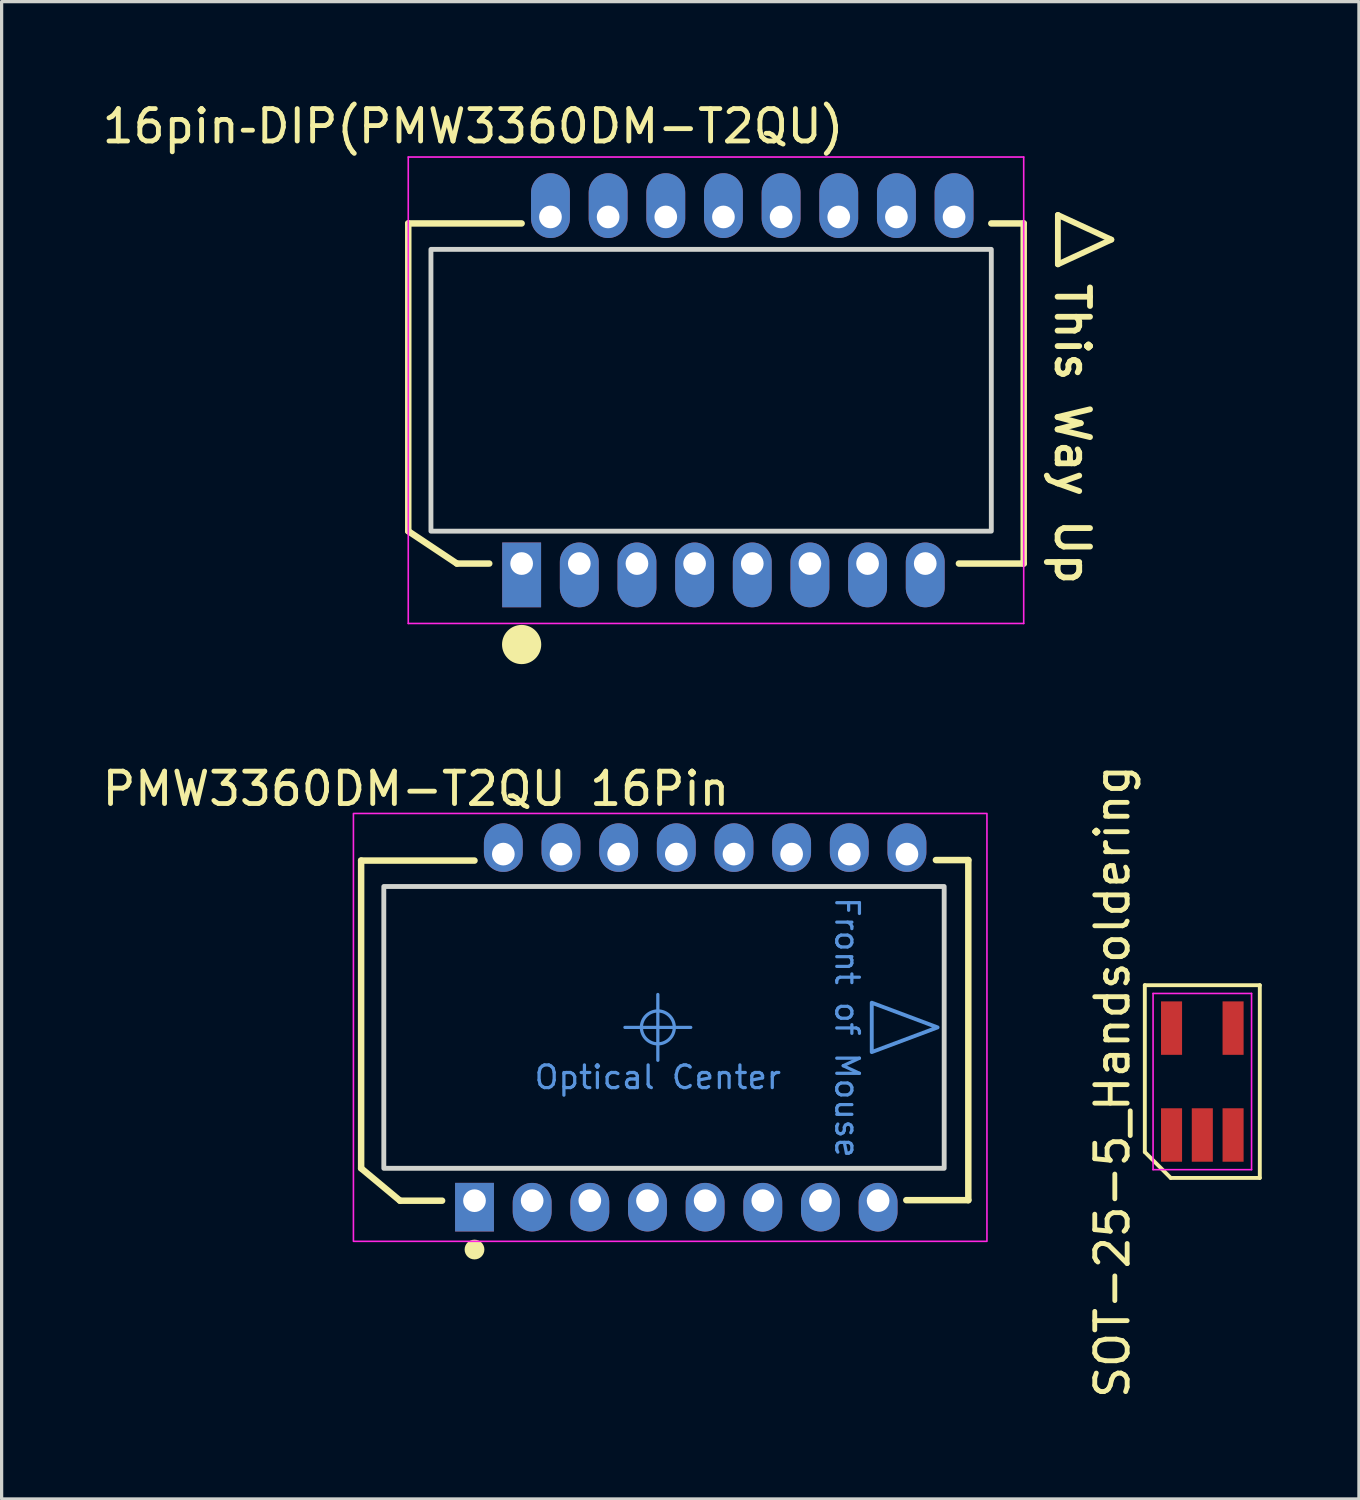
<source format=kicad_pcb>
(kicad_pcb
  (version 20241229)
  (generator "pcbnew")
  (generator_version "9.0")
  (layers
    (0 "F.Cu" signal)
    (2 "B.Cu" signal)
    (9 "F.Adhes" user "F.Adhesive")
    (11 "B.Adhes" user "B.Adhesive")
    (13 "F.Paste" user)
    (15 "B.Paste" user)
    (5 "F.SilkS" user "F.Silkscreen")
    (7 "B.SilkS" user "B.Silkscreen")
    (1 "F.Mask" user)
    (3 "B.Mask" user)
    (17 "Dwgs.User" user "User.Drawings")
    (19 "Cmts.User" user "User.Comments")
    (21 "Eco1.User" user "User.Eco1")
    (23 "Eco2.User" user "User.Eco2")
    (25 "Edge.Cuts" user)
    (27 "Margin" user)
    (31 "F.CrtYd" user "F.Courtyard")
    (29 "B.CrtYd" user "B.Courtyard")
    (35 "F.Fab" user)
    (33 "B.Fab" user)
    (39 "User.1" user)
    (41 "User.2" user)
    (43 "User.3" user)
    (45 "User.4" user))
  (footprint "16pin‐DIP(PMW3360DM-T2QU)"
    (layer "F.Cu")
    (at 13.054 14.348)
    (property "Reference" "16pin‐DIP(PMW3360DM-T2QU)" (at -1.5 -13.5 0) (layer "F.SilkS") (effects (font (size 1 1) (thickness 0.15))))
    (fp_line (start -3.5 -10.5) (end 0 -10.5) (stroke (width 0.2) (type solid)) (layer "F.SilkS"))
    (fp_line (start -3.5 -1) (end -3.5 -10.5) (stroke (width 0.2) (type solid)) (layer "F.SilkS"))
    (fp_line (start -2 0) (end -3.5 -1) (stroke (width 0.2) (type solid)) (layer "F.SilkS"))
    (fp_line (start -1 0) (end -2 0) (stroke (width 0.2) (type solid)) (layer "F.SilkS"))
    (fp_line (start 15.5 -10.5) (end 14.5 -10.5) (stroke (width 0.2) (type solid)) (layer "F.SilkS"))
    (fp_line (start 15.5 -10.5) (end 15.5 0) (stroke (width 0.2) (type solid)) (layer "F.SilkS"))
    (fp_line (start 15.5 0) (end 13.5 0) (stroke (width 0.2) (type solid)) (layer "F.SilkS"))
    (fp_line (start 16.555 -10.762) (end 18.206 -10) (stroke (width 0.18) (type solid)) (layer "F.SilkS"))
    (fp_line (start 16.555 -9.238) (end 16.555 -10.762) (stroke (width 0.18) (type solid)) (layer "F.SilkS"))
    (fp_line (start 18.206 -10) (end 16.555 -9.238) (stroke (width 0.18) (type solid)) (layer "F.SilkS"))
    (fp_circle (center 0 2.5) (end 0.3 2.5) (stroke (width 0.61) (type solid)) (fill yes) (layer "F.SilkS"))
    (fp_rect (start -2.8 -1) (end 14.5 -9.7) (stroke (width 0.15) (type solid)) (fill no) (layer "Edge.Cuts"))
    (fp_line (start -3.5 -12.55) (end 15.5 -12.55) (stroke (width 0.05) (type solid)) (layer "F.CrtYd"))
    (fp_line (start -3.5 1.85) (end -3.5 -12.55) (stroke (width 0.05) (type solid)) (layer "F.CrtYd"))
    (fp_line (start 15.5 -12.55) (end 15.5 1.85) (stroke (width 0.05) (type solid)) (layer "F.CrtYd"))
    (fp_line (start 15.5 1.85) (end -3.5 1.85) (stroke (width 0.05) (type solid)) (layer "F.CrtYd"))
    (fp_text user "This Way Up" (at 17 -4 270) (unlocked yes) (layer "F.SilkS") (effects (font (size 1 1) (thickness 0.18))))
    (pad "1" thru_hole rect (at 0 0) (size 1.2 2) (drill 0.7 (offset 0 0.35)) (layers "*.Cu" "*.Mask"))
    (pad "2" thru_hole oval (at 1.78 0) (size 1.2 2) (drill 0.7 (offset 0 0.35)) (layers "*.Cu" "*.Mask"))
    (pad "3" thru_hole oval (at 3.56 0) (size 1.2 2) (drill 0.7 (offset 0 0.35)) (layers "*.Cu" "*.Mask"))
    (pad "4" thru_hole oval (at 5.34 0) (size 1.2 2) (drill 0.7 (offset 0 0.35)) (layers "*.Cu" "*.Mask"))
    (pad "5" thru_hole oval (at 7.12 0) (size 1.2 2) (drill 0.7 (offset 0 0.35)) (layers "*.Cu" "*.Mask"))
    (pad "6" thru_hole oval (at 8.9 0) (size 1.2 2) (drill 0.7 (offset 0 0.35)) (layers "*.Cu" "*.Mask"))
    (pad "7" thru_hole oval (at 10.68 0) (size 1.2 2) (drill 0.7 (offset 0 0.35)) (layers "*.Cu" "*.Mask"))
    (pad "8" thru_hole oval (at 12.46 0) (size 1.2 2) (drill 0.7 (offset 0 0.35)) (layers "*.Cu" "*.Mask"))
    (pad "9" thru_hole oval (at 13.35 -10.7) (size 1.2 2) (drill 0.7 (offset 0 -0.35)) (layers "*.Cu" "*.Mask"))
    (pad "10" thru_hole oval (at 11.57 -10.7) (size 1.2 2) (drill 0.7 (offset 0 -0.35)) (layers "*.Cu" "*.Mask"))
    (pad "11" thru_hole oval (at 9.79 -10.7) (size 1.2 2) (drill 0.7 (offset 0 -0.35)) (layers "*.Cu" "*.Mask"))
    (pad "12" thru_hole oval (at 8.01 -10.7) (size 1.2 2) (drill 0.7 (offset 0 -0.35)) (layers "*.Cu" "*.Mask"))
    (pad "13" thru_hole oval (at 6.23 -10.7) (size 1.2 2) (drill 0.7 (offset 0 -0.35)) (layers "*.Cu" "*.Mask"))
    (pad "14" thru_hole oval (at 4.45 -10.7) (size 1.2 2) (drill 0.7 (offset 0 -0.35)) (layers "*.Cu" "*.Mask"))
    (pad "15" thru_hole oval (at 2.67 -10.7) (size 1.2 2) (drill 0.7 (offset 0 -0.35)) (layers "*.Cu" "*.Mask"))
    (pad "16" thru_hole oval (at 0.89 -10.7) (size 1.2 2) (drill 0.7 (offset 0 -0.35)) (layers "*.Cu" "*.Mask")))
  (footprint "PMW3360DM-T2QU 16Pin"
    (layer "F.Cu")
    (at 17.767 28.668)
    (property "Reference" "PMW3360DM-T2QU 16Pin" (at -7.976 -7.366 0) (layer "F.SilkS") (effects (font (size 1 1) (thickness 0.15))))
    (attr through_hole)
    (fp_line (start -9.668 -5.15) (end -6.168 -5.15) (stroke (width 0.2) (type solid)) (layer "F.SilkS"))
    (fp_line (start -9.668 4.35) (end -9.668 -5.15) (stroke (width 0.2) (type solid)) (layer "F.SilkS"))
    (fp_line (start -8.468 5.35) (end -9.668 4.35) (stroke (width 0.2) (type solid)) (layer "F.SilkS"))
    (fp_line (start -7.168 5.35) (end -8.468 5.35) (stroke (width 0.2) (type solid)) (layer "F.SilkS"))
    (fp_line (start 9.077 -5.166) (end 8.077 -5.166) (stroke (width 0.2) (type solid)) (layer "F.SilkS"))
    (fp_line (start 9.077 -5.166) (end 9.077 5.334) (stroke (width 0.2) (type solid)) (layer "F.SilkS"))
    (fp_line (start 9.077 5.334) (end 7.163 5.334) (stroke (width 0.2) (type solid)) (layer "F.SilkS"))
    (fp_circle (center -6.168 6.858) (end -6.168 6.858) (stroke (width 0.61) (type solid)) (fill yes) (layer "F.SilkS"))
    (fp_line (start -1.524 0) (end 0.508 0) (stroke (width 0.1) (type solid)) (layer "Cmts.User"))
    (fp_line (start -0.508 -1.016) (end -0.508 1.016) (stroke (width 0.1) (type solid)) (layer "Cmts.User"))
    (fp_circle (center -0.508 0) (end 0 0) (stroke (width 0.1) (type solid)) (fill no) (layer "Cmts.User"))
    (fp_poly (pts (xy 8.128 0) (xy 6.096 0.762) (xy 6.096 -0.762)) (stroke (width 0.12) (type solid)) (fill no) (layer "Cmts.User"))
    (fp_rect (start -8.968 4.35) (end 8.332 -4.35) (stroke (width 0.15) (type solid)) (fill no) (layer "Edge.Cuts"))
    (fp_rect (start -9.906 -6.604) (end 9.652 6.604) (stroke (width 0.05) (type solid)) (fill no) (layer "F.CrtYd"))
    (fp_text user "Front of Mouse" (at 5.334 0 270) (unlocked yes) (layer "Cmts.User") (effects (font (size 0.7 0.7) (thickness 0.1))))
    (fp_text user "Optical Center" (at -0.508 1.54 0) (unlocked yes) (layer "Cmts.User") (effects (font (size 0.7 0.7) (thickness 0.1))))
    (pad "1" thru_hole rect (at -6.168 5.35) (size 1.2 1.5) (drill 0.7 (offset 0 0.2)) (layers "*.Cu" "*.Mask"))
    (pad "2" thru_hole oval (at -4.388 5.35) (size 1.2 1.5) (drill 0.7 (offset 0 0.2)) (layers "*.Cu" "*.Mask"))
    (pad "3" thru_hole oval (at -2.608 5.35) (size 1.2 1.5) (drill 0.7 (offset 0 0.2)) (layers "*.Cu" "*.Mask"))
    (pad "4" thru_hole oval (at -0.828 5.35) (size 1.2 1.5) (drill 0.7 (offset 0 0.2)) (layers "*.Cu" "*.Mask"))
    (pad "5" thru_hole oval (at 0.952 5.35) (size 1.2 1.5) (drill 0.7 (offset 0 0.2)) (layers "*.Cu" "*.Mask"))
    (pad "6" thru_hole oval (at 2.732 5.35) (size 1.2 1.5) (drill 0.7 (offset 0 0.2)) (layers "*.Cu" "*.Mask"))
    (pad "7" thru_hole oval (at 4.512 5.35) (size 1.2 1.5) (drill 0.7 (offset 0 0.2)) (layers "*.Cu" "*.Mask"))
    (pad "8" thru_hole oval (at 6.292 5.35) (size 1.2 1.5) (drill 0.7 (offset 0 0.2)) (layers "*.Cu" "*.Mask"))
    (pad "9" thru_hole oval (at 7.182 -5.35) (size 1.2 1.5) (drill 0.7 (offset 0 -0.2)) (layers "*.Cu" "*.Mask"))
    (pad "10" thru_hole oval (at 5.402 -5.35) (size 1.2 1.5) (drill 0.7 (offset 0 -0.2)) (layers "*.Cu" "*.Mask"))
    (pad "11" thru_hole oval (at 3.622 -5.35) (size 1.2 1.5) (drill 0.7 (offset 0 -0.2)) (layers "*.Cu" "*.Mask"))
    (pad "12" thru_hole oval (at 1.842 -5.35) (size 1.2 1.5) (drill 0.7 (offset 0 -0.2)) (layers "*.Cu" "*.Mask"))
    (pad "13" thru_hole oval (at 0.062 -5.35) (size 1.2 1.5) (drill 0.7 (offset 0 -0.2)) (layers "*.Cu" "*.Mask"))
    (pad "14" thru_hole oval (at -1.718 -5.35) (size 1.2 1.5) (drill 0.7 (offset 0 -0.2)) (layers "*.Cu" "*.Mask"))
    (pad "15" thru_hole oval (at -3.498 -5.35) (size 1.2 1.5) (drill 0.7 (offset 0 -0.2)) (layers "*.Cu" "*.Mask"))
    (pad "16" thru_hole oval (at -5.278 -5.35) (size 1.2 1.5) (drill 0.7 (offset 0 -0.2)) (layers "*.Cu" "*.Mask"))
    (zone (net_name "") (layers "F.Cu" "B.Cu" "F.CrtYd") (hatch edge 0.508) (connect_pads) (min_thickness 0.254) (filled_areas_thickness no) (keepout (tracks not_allowed) (vias not_allowed) (pads not_allowed) (copperpour not_allowed) (footprints not_allowed)) (placement (enabled no)) (fill) (polygon (pts (xy 26.098 33.036) (xy 8.776 32.986) (xy 8.776 24.299) (xy 26.098 24.299)))))
  (footprint "SOT-25-5_Handsoldering"
    (layer "F.Cu")
    (at 34.068 30.34)
    (property "Reference" "SOT-25-5_Handsoldering" (at -2.775 0 90) (layer "F.SilkS") (effects (font (size 1 1) (thickness 0.15))))
    (attr smd)
    (fp_line (start -1.775 -2.975) (end 1.775 -2.975) (stroke (width 0.12) (type solid)) (layer "F.SilkS"))
    (fp_line (start -1.775 2.175) (end -1.775 -2.975) (stroke (width 0.12) (type solid)) (layer "F.SilkS"))
    (fp_line (start -0.975 2.975) (end -1.775 2.175) (stroke (width 0.12) (type solid)) (layer "F.SilkS"))
    (fp_line (start 1.775 -2.975) (end 1.775 2.975) (stroke (width 0.12) (type solid)) (layer "F.SilkS"))
    (fp_line (start 1.775 2.975) (end -0.975 2.975) (stroke (width 0.12) (type solid)) (layer "F.SilkS"))
    (fp_line (start -1.52 -2.72) (end 1.52 -2.72) (stroke (width 0.05) (type solid)) (layer "F.CrtYd"))
    (fp_line (start -1.52 2.72) (end -1.52 -2.72) (stroke (width 0.05) (type solid)) (layer "F.CrtYd"))
    (fp_line (start 1.52 -2.72) (end 1.52 2.72) (stroke (width 0.05) (type solid)) (layer "F.CrtYd"))
    (fp_line (start 1.52 2.72) (end -1.52 2.72) (stroke (width 0.05) (type solid)) (layer "F.CrtYd"))
    (pad "1" smd rect (at -0.95 1.65) (size 0.65 1.65) (layers "F.Cu" "F.Mask" "F.Paste"))
    (pad "2" smd rect (at 0 1.65) (size 0.65 1.65) (layers "F.Cu" "F.Mask" "F.Paste"))
    (pad "3" smd rect (at 0.95 1.65) (size 0.65 1.65) (layers "F.Cu" "F.Mask" "F.Paste"))
    (pad "4" smd rect (at 0.95 -1.65) (size 0.65 1.65) (layers "F.Cu" "F.Mask" "F.Paste"))
    (pad "5" smd rect (at -0.95 -1.65) (size 0.65 1.65) (layers "F.Cu" "F.Mask" "F.Paste")))
  (gr_rect
    (start -3 -3)
    (end 38.903 43.227)
    (stroke (width 0.1) (type default))
    (fill no)
    (layer "Edge.Cuts")))
</source>
